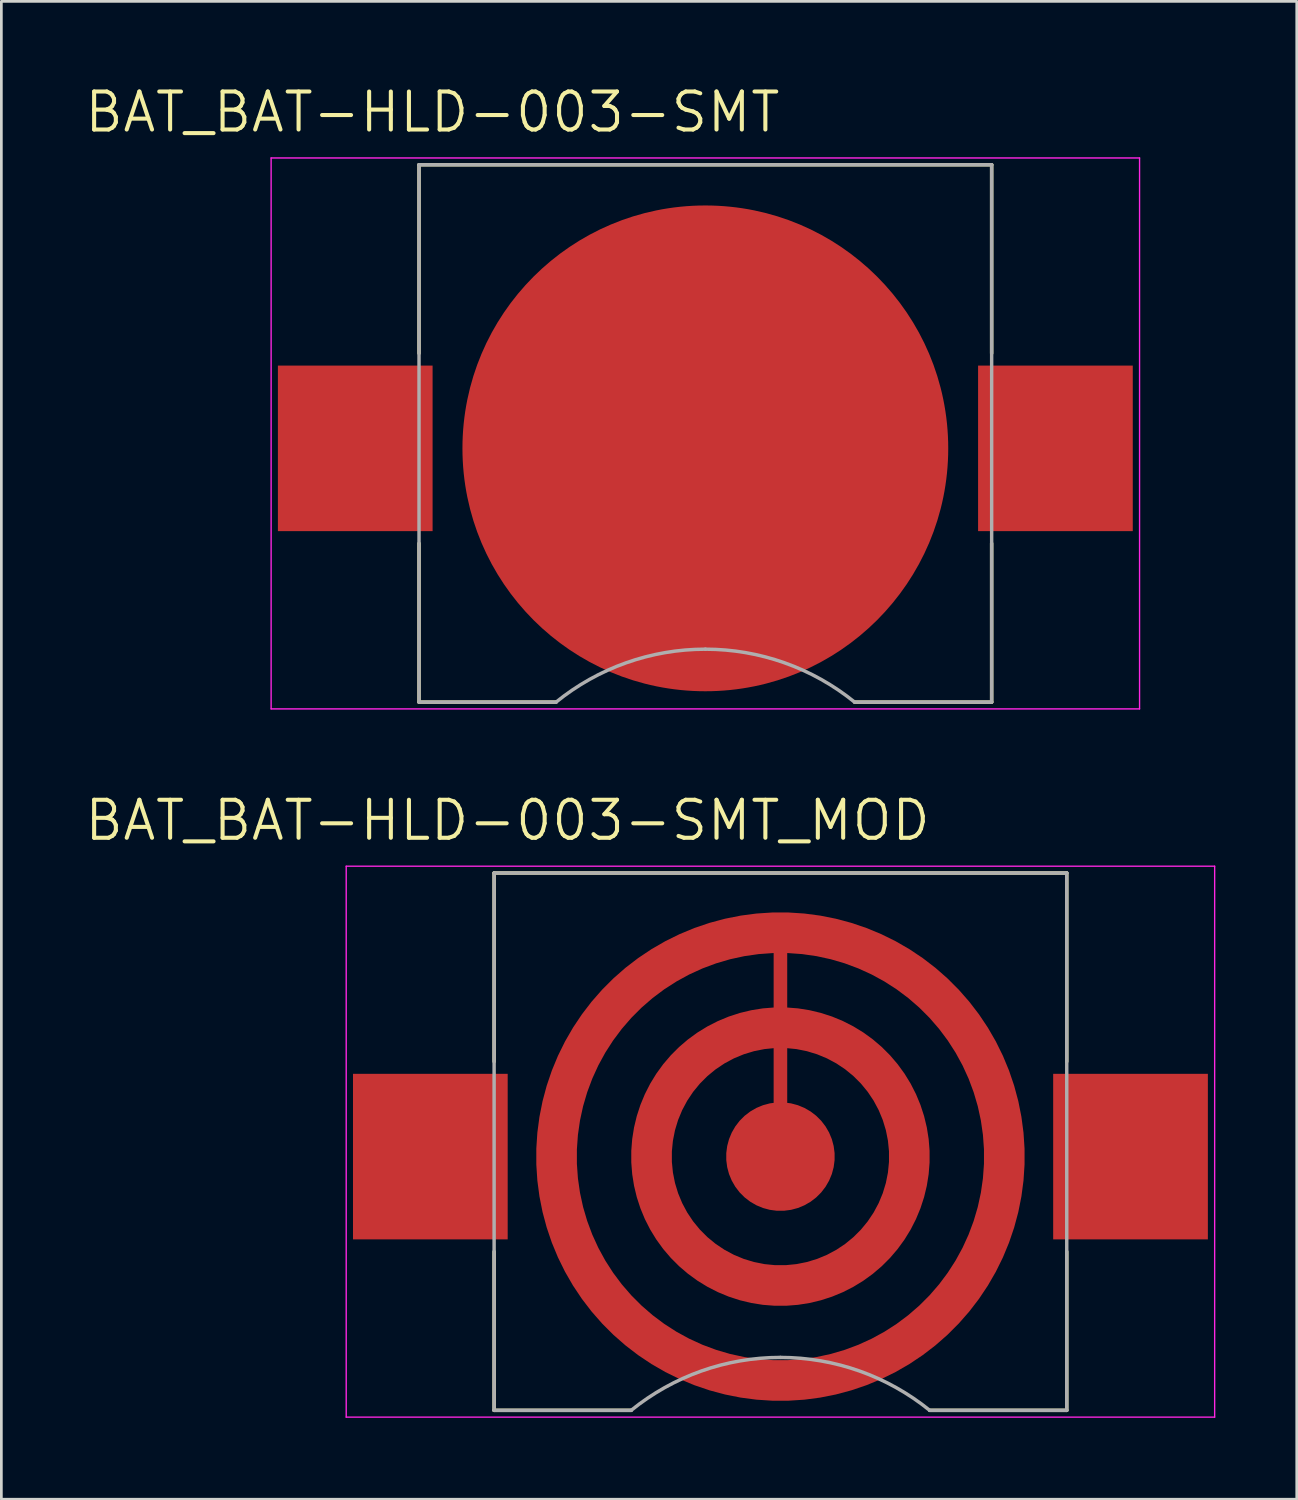
<source format=kicad_pcb>
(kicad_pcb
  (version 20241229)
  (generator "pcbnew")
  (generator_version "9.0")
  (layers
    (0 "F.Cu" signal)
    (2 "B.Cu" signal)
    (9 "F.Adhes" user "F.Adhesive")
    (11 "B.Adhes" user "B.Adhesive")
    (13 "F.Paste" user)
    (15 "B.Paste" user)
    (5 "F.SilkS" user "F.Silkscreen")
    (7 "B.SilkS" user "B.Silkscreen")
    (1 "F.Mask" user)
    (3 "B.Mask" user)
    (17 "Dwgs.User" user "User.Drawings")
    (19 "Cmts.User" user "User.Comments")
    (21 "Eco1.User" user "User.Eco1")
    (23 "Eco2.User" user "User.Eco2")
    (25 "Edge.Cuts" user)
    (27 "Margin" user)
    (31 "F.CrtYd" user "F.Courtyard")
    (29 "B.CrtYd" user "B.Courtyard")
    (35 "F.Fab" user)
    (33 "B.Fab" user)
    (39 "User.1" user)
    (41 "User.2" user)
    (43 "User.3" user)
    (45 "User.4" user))
  (footprint "BAT_BAT-HLD-003-SMT_MOD"
    (layer "F.Cu")
    (at 25.707 39.568)
    (property "Reference" "BAT_BAT-HLD-003-SMT_MOD" (at -10.055 -12.389 0) (layer "F.SilkS") (effects (font (size 1.4 1.4) (thickness 0.15))))
    (attr smd)
    (fp_line (start -10.55 -10.45) (end 10.55 -10.45) (stroke (width 0.127) (type solid)) (layer "F.SilkS"))
    (fp_line (start -10.55 -3.5) (end -10.55 -10.45) (stroke (width 0.127) (type solid)) (layer "F.SilkS"))
    (fp_line (start -10.55 3.5) (end -10.55 9.35) (stroke (width 0.127) (type solid)) (layer "F.SilkS"))
    (fp_line (start -10.55 9.35) (end -5.5 9.35) (stroke (width 0.127) (type solid)) (layer "F.SilkS"))
    (fp_line (start 5.5 9.35) (end 10.55 9.35) (stroke (width 0.127) (type solid)) (layer "F.SilkS"))
    (fp_line (start 10.55 -10.45) (end 10.55 -3.5) (stroke (width 0.127) (type solid)) (layer "F.SilkS"))
    (fp_line (start 10.55 9.35) (end 10.55 3.5) (stroke (width 0.127) (type solid)) (layer "F.SilkS"))
    (fp_line (start -16 -10.7) (end 16 -10.7) (stroke (width 0.05) (type solid)) (layer "F.CrtYd"))
    (fp_line (start -16 9.6) (end -16 -10.7) (stroke (width 0.05) (type solid)) (layer "F.CrtYd"))
    (fp_line (start 16 -10.7) (end 16 9.6) (stroke (width 0.05) (type solid)) (layer "F.CrtYd"))
    (fp_line (start 16 9.6) (end -16 9.6) (stroke (width 0.05) (type solid)) (layer "F.CrtYd"))
    (fp_line (start -10.55 -10.45) (end 10.55 -10.45) (stroke (width 0.127) (type solid)) (layer "F.Fab"))
    (fp_line (start -10.55 9.35) (end -10.55 -10.45) (stroke (width 0.127) (type solid)) (layer "F.Fab"))
    (fp_line (start -10.55 9.35) (end -5.5 9.35) (stroke (width 0.127) (type solid)) (layer "F.Fab"))
    (fp_line (start 5.5 9.35) (end 10.55 9.35) (stroke (width 0.127) (type solid)) (layer "F.Fab"))
    (fp_line (start 10.55 -10.45) (end 10.55 9.35) (stroke (width 0.127) (type solid)) (layer "F.Fab"))
    (fp_arc (start -5.5 9.35) (mid -2.917726 7.901926) (end 0 7.4) (stroke (width 0.127) (type solid)) (layer "F.Fab"))
    (fp_arc (start 0 7.4) (mid 2.917726 7.901926) (end 5.5 9.35) (stroke (width 0.127) (type solid)) (layer "F.Fab"))
    (pad "1" smd rect (at -12.9 0) (size 5.7 6.1) (layers "F.Cu" "F.Mask" "F.Paste"))
    (pad "1" smd rect (at 12.9 0) (size 5.7 6.1) (layers "F.Cu" "F.Mask" "F.Paste"))
    (pad "2" smd custom (at -7.5 3.5) (size 1 1) (layers "F.Cu" "F.Mask" "F.Paste") (options (anchor rect)) (primitives (gr_circle (center 7.5 -3.5) (end 15.75 -3.5) (width 1.5) (fill no)) (gr_line (start 7.5 -3.5) (end 7.5 -11.75) (width 0.5)) (gr_circle (center 7.5 -3.5) (end 12.25 -3.5) (width 1.5) (fill no)) (gr_circle (center 7.5 -3.5) (end 9.5 -3.5) (width 0) (fill yes)))))
  (footprint "BAT_BAT-HLD-003-SMT"
    (layer "F.Cu")
    (at 22.94 13.471)
    (property "Reference" "BAT_BAT-HLD-003-SMT" (at -10.055 -12.389 0) (layer "F.SilkS") (effects (font (size 1.4 1.4) (thickness 0.15))))
    (attr smd)
    (fp_line (start -10.55 -10.45) (end 10.55 -10.45) (stroke (width 0.127) (type solid)) (layer "F.SilkS"))
    (fp_line (start -10.55 -3.5) (end -10.55 -10.45) (stroke (width 0.127) (type solid)) (layer "F.SilkS"))
    (fp_line (start -10.55 3.5) (end -10.55 9.35) (stroke (width 0.127) (type solid)) (layer "F.SilkS"))
    (fp_line (start -10.55 9.35) (end -5.5 9.35) (stroke (width 0.127) (type solid)) (layer "F.SilkS"))
    (fp_line (start 5.5 9.35) (end 10.55 9.35) (stroke (width 0.127) (type solid)) (layer "F.SilkS"))
    (fp_line (start 10.55 -10.45) (end 10.55 -3.5) (stroke (width 0.127) (type solid)) (layer "F.SilkS"))
    (fp_line (start 10.55 9.35) (end 10.55 3.5) (stroke (width 0.127) (type solid)) (layer "F.SilkS"))
    (fp_line (start -16 -10.7) (end 16 -10.7) (stroke (width 0.05) (type solid)) (layer "F.CrtYd"))
    (fp_line (start -16 9.6) (end -16 -10.7) (stroke (width 0.05) (type solid)) (layer "F.CrtYd"))
    (fp_line (start 16 -10.7) (end 16 9.6) (stroke (width 0.05) (type solid)) (layer "F.CrtYd"))
    (fp_line (start 16 9.6) (end -16 9.6) (stroke (width 0.05) (type solid)) (layer "F.CrtYd"))
    (fp_line (start -10.55 -10.45) (end 10.55 -10.45) (stroke (width 0.127) (type solid)) (layer "F.Fab"))
    (fp_line (start -10.55 9.35) (end -10.55 -10.45) (stroke (width 0.127) (type solid)) (layer "F.Fab"))
    (fp_line (start -10.55 9.35) (end -5.5 9.35) (stroke (width 0.127) (type solid)) (layer "F.Fab"))
    (fp_line (start 5.5 9.35) (end 10.55 9.35) (stroke (width 0.127) (type solid)) (layer "F.Fab"))
    (fp_line (start 10.55 -10.45) (end 10.55 9.35) (stroke (width 0.127) (type solid)) (layer "F.Fab"))
    (fp_arc (start -5.5 9.35) (mid -2.917726 7.901926) (end 0 7.4) (stroke (width 0.127) (type solid)) (layer "F.Fab"))
    (fp_arc (start 0 7.4) (mid 2.917726 7.901926) (end 5.5 9.35) (stroke (width 0.127) (type solid)) (layer "F.Fab"))
    (pad "N" smd circle (at 0 0) (size 17.9 17.9) (layers "F.Cu" "F.Mask"))
    (pad "P1" smd rect (at -12.9 0) (size 5.7 6.1) (layers "F.Cu" "F.Mask" "F.Paste"))
    (pad "P2" smd rect (at 12.9 0) (size 5.7 6.1) (layers "F.Cu" "F.Mask" "F.Paste")))
  (gr_rect
    (start -3 -3)
    (end 44.732 52.193)
    (stroke (width 0.1) (type default))
    (fill no)
    (layer "Edge.Cuts")))
</source>
